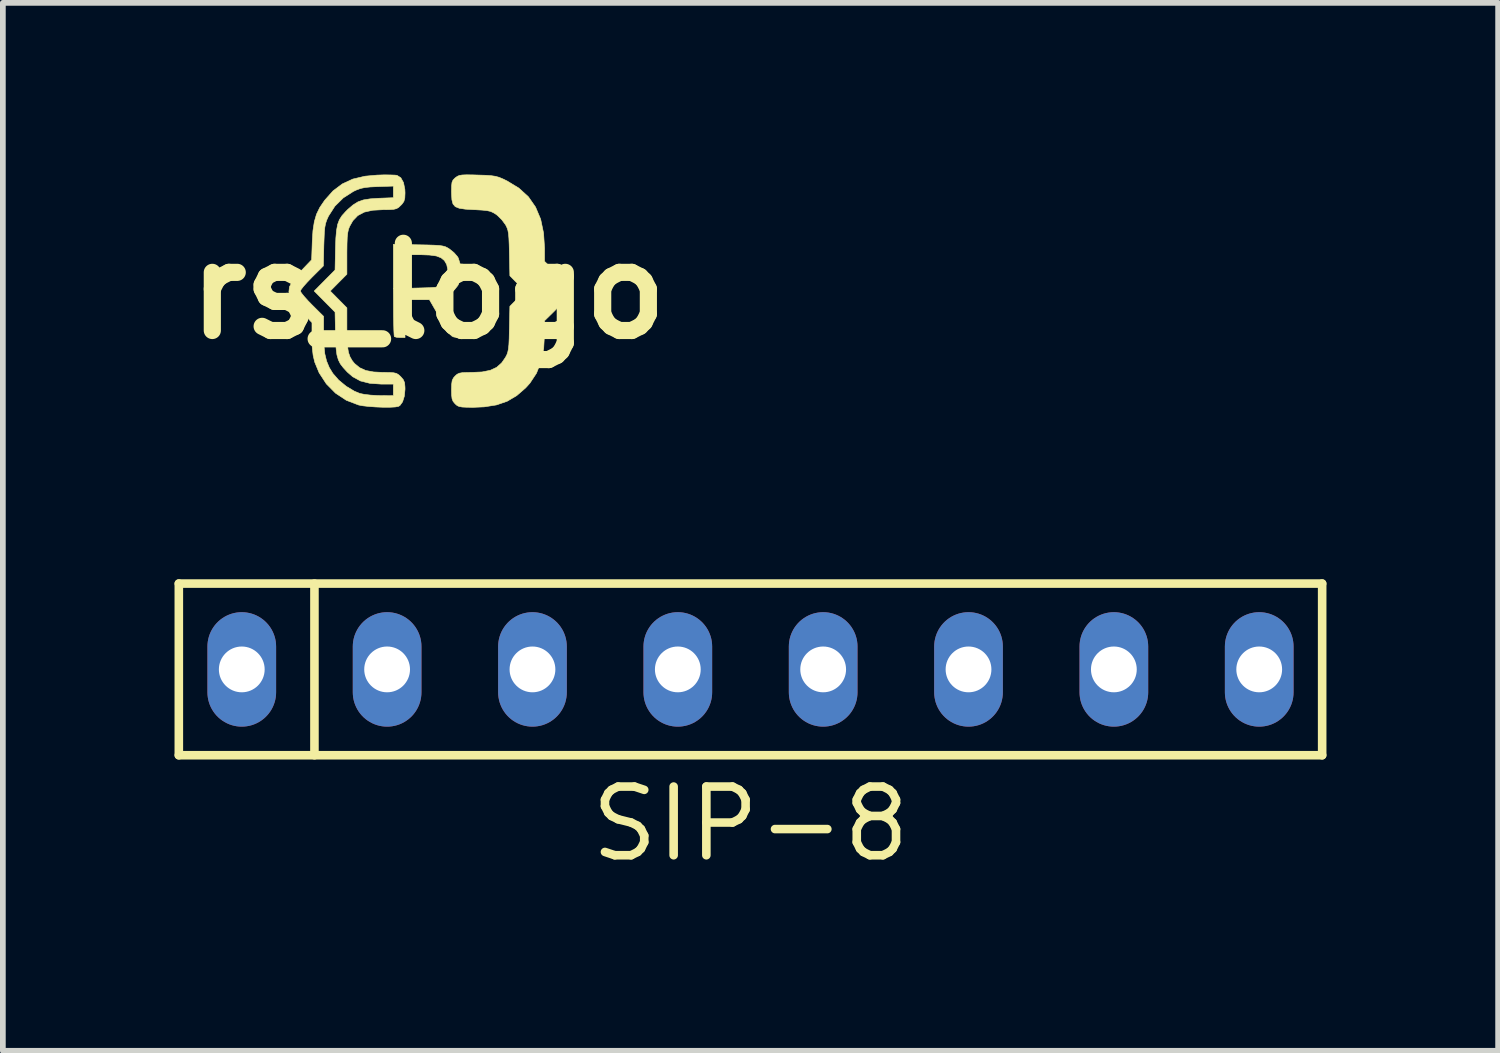
<source format=kicad_pcb>
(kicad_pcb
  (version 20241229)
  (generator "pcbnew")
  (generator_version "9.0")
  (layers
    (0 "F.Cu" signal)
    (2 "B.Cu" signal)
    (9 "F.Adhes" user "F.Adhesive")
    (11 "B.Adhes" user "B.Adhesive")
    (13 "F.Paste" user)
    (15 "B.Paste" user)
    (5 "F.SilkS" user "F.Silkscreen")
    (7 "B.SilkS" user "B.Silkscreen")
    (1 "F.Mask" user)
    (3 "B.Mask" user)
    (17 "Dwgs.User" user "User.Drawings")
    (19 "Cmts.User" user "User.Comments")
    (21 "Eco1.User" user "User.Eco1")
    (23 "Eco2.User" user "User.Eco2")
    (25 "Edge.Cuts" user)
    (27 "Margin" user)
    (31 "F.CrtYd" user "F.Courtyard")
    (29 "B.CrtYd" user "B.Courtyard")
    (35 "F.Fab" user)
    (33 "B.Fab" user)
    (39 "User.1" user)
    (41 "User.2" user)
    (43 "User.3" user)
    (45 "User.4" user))
  (footprint "rs_logo"
    (layer "F.Cu")
    (at 4.434 2.036)
    (property "Reference" "rs_logo" (at 0 0 0) (layer "F.SilkS") (effects (font (size 1.524 1.524) (thickness 0.3))))
    (attr through_hole)
    (fp_poly (pts (xy -0.169 -0.808) (xy -0.01 -0.805) (xy 0.108 -0.801) (xy 0.192 -0.796) (xy 0.252 -0.787) (xy 0.297 -0.775) (xy 0.334 -0.757) (xy 0.374 -0.732) (xy 0.376 -0.73) (xy 0.449 -0.671) (xy 0.509 -0.603) (xy 0.524 -0.578) (xy 0.557 -0.475) (xy 0.569 -0.35) (xy 0.559 -0.224) (xy 0.527 -0.118) (xy 0.518 -0.099) (xy 0.458 -0.023) (xy 0.375 0.049) (xy 0.292 0.1) (xy 0.273 0.108) (xy 0.273 0.133) (xy 0.298 0.197) (xy 0.346 0.294) (xy 0.415 0.421) (xy 0.428 0.443) (xy 0.504 0.582) (xy 0.558 0.688) (xy 0.587 0.76) (xy 0.59 0.792) (xy 0.589 0.792) (xy 0.549 0.807) (xy 0.485 0.809) (xy 0.479 0.808) (xy 0.445 0.803) (xy 0.414 0.788) (xy 0.383 0.759) (xy 0.345 0.707) (xy 0.294 0.626) (xy 0.226 0.509) (xy 0.207 0.476) (xy 0.021 0.152) (xy -0.406 0.152) (xy -0.406 0.813) (xy -0.491 0.813) (xy -0.554 0.808) (xy -0.592 0.797) (xy -0.593 0.796) (xy -0.597 0.767) (xy -0.601 0.694) (xy -0.604 0.582) (xy -0.607 0.439) (xy -0.608 0.269) (xy -0.609 0.08) (xy -0.61 -0.019) (xy -0.61 -0.635) (xy -0.406 -0.635) (xy -0.406 -0.047) (xy -0.102 -0.055) (xy 0.028 -0.059) (xy 0.117 -0.065) (xy 0.177 -0.074) (xy 0.217 -0.088) (xy 0.248 -0.111) (xy 0.267 -0.128) (xy 0.329 -0.224) (xy 0.348 -0.339) (xy 0.323 -0.46) (xy 0.321 -0.466) (xy 0.282 -0.533) (xy 0.224 -0.581) (xy 0.141 -0.613) (xy 0.025 -0.629) (xy -0.134 -0.635) (xy -0.152 -0.635) (xy -0.406 -0.635) (xy -0.61 -0.635) (xy -0.61 -0.816) (xy -0.169 -0.808)) (stroke (width 0.01) (type solid)) (fill yes) (layer "F.SilkS"))
    (fp_poly (pts (xy 0.771 -2.03) (xy 0.867 -2.027) (xy 1.002 -2.023) (xy 1.099 -2.016) (xy 1.174 -2.005) (xy 1.238 -1.987) (xy 1.305 -1.959) (xy 1.377 -1.924) (xy 1.583 -1.799) (xy 1.749 -1.648) (xy 1.875 -1.467) (xy 1.964 -1.256) (xy 2.015 -1.012) (xy 2.032 -0.749) (xy 2.032 -0.519) (xy 2.186 -0.368) (xy 2.29 -0.259) (xy 2.359 -0.172) (xy 2.398 -0.095) (xy 2.412 -0.021) (xy 2.413 -0.000001) (xy 2.404 0.076) (xy 2.372 0.151) (xy 2.312 0.235) (xy 2.217 0.337) (xy 2.186 0.368) (xy 2.032 0.519) (xy 2.032 0.737) (xy 2.017 1.005) (xy 1.97 1.236) (xy 1.891 1.436) (xy 1.776 1.61) (xy 1.702 1.692) (xy 1.545 1.828) (xy 1.379 1.926) (xy 1.193 1.99) (xy 0.979 2.024) (xy 0.793 2.032) (xy 0.673 2.031) (xy 0.593 2.027) (xy 0.541 2.018) (xy 0.504 2.001) (xy 0.473 1.974) (xy 0.469 1.97) (xy 0.435 1.93) (xy 0.416 1.884) (xy 0.408 1.816) (xy 0.406 1.727) (xy 0.409 1.628) (xy 0.418 1.564) (xy 0.439 1.52) (xy 0.469 1.485) (xy 0.503 1.455) (xy 0.542 1.436) (xy 0.598 1.426) (xy 0.683 1.423) (xy 0.757 1.422) (xy 0.94 1.414) (xy 1.084 1.385) (xy 1.196 1.333) (xy 1.284 1.254) (xy 1.349 1.16) (xy 1.373 1.115) (xy 1.389 1.069) (xy 1.401 1.013) (xy 1.409 0.936) (xy 1.414 0.829) (xy 1.417 0.682) (xy 1.418 0.66) (xy 1.426 0.267) (xy 1.687 0) (xy 1.426 -0.267) (xy 1.418 -0.66) (xy 1.414 -0.813) (xy 1.409 -0.924) (xy 1.402 -1.004) (xy 1.391 -1.063) (xy 1.375 -1.109) (xy 1.353 -1.154) (xy 1.348 -1.162) (xy 1.286 -1.245) (xy 1.208 -1.322) (xy 1.185 -1.34) (xy 1.136 -1.37) (xy 1.088 -1.392) (xy 1.029 -1.405) (xy 0.945 -1.414) (xy 0.826 -1.421) (xy 0.794 -1.422) (xy 0.646 -1.431) (xy 0.541 -1.447) (xy 0.472 -1.475) (xy 0.432 -1.522) (xy 0.413 -1.594) (xy 0.407 -1.697) (xy 0.406 -1.741) (xy 0.408 -1.839) (xy 0.415 -1.9) (xy 0.433 -1.94) (xy 0.464 -1.972) (xy 0.476 -1.982) (xy 0.509 -2.005) (xy 0.544 -2.02) (xy 0.593 -2.028) (xy 0.665 -2.031) (xy 0.771 -2.03)) (stroke (width 0.01) (type solid)) (fill yes) (layer "F.SilkS"))
    (fp_poly (pts (xy -0.665 -2.029) (xy -0.584 -2.026) (xy -0.547 -2.022) (xy -0.48 -1.98) (xy -0.433 -1.896) (xy -0.409 -1.777) (xy -0.406 -1.714) (xy -0.41 -1.625) (xy -0.426 -1.566) (xy -0.461 -1.517) (xy -0.481 -1.497) (xy -0.519 -1.461) (xy -0.556 -1.44) (xy -0.604 -1.428) (xy -0.678 -1.423) (xy -0.786 -1.422) (xy -0.972 -1.412) (xy -1.119 -1.379) (xy -1.232 -1.319) (xy -1.318 -1.229) (xy -1.374 -1.13) (xy -1.394 -1.08) (xy -1.407 -1.019) (xy -1.416 -0.939) (xy -1.42 -0.829) (xy -1.422 -0.679) (xy -1.422 -0.661) (xy -1.422 -0.294) (xy -1.568 -0.147) (xy -1.713 -0.000001) (xy -1.422 0.294) (xy -1.422 0.656) (xy -1.42 0.832) (xy -1.411 0.967) (xy -1.395 1.071) (xy -1.367 1.151) (xy -1.328 1.218) (xy -1.288 1.267) (xy -1.201 1.339) (xy -1.094 1.388) (xy -0.956 1.414) (xy -0.792 1.422) (xy -0.68 1.423) (xy -0.606 1.428) (xy -0.557 1.439) (xy -0.52 1.461) (xy -0.483 1.495) (xy -0.481 1.497) (xy -0.437 1.548) (xy -0.414 1.601) (xy -0.407 1.676) (xy -0.406 1.714) (xy -0.418 1.837) (xy -0.449 1.936) (xy -0.496 2.001) (xy -0.522 2.016) (xy -0.578 2.026) (xy -0.672 2.031) (xy -0.789 2.031) (xy -0.916 2.026) (xy -1.04 2.017) (xy -1.147 2.005) (xy -1.219 1.991) (xy -1.432 1.909) (xy -1.621 1.784) (xy -1.781 1.622) (xy -1.907 1.429) (xy -1.984 1.242) (xy -2.012 1.123) (xy -2.028 0.982) (xy -2.032 0.82) (xy -2.032 0.552) (xy -2.22 0.355) (xy -2.334 0.227) (xy -2.406 0.118) (xy -2.436 0.021) (xy -2.434 0) (xy -2.235 0) (xy -2.218 0.033) (xy -2.171 0.092) (xy -2.103 0.168) (xy -2.032 0.241) (xy -1.829 0.443) (xy -1.829 0.75) (xy -1.824 0.943) (xy -1.808 1.097) (xy -1.777 1.224) (xy -1.73 1.337) (xy -1.668 1.439) (xy -1.566 1.556) (xy -1.435 1.664) (xy -1.292 1.75) (xy -1.195 1.79) (xy -1.116 1.806) (xy -1.006 1.819) (xy -0.884 1.826) (xy -0.845 1.827) (xy -0.61 1.829) (xy -0.61 1.626) (xy -0.825 1.626) (xy -1.023 1.612) (xy -1.185 1.571) (xy -1.321 1.497) (xy -1.414 1.416) (xy -1.485 1.339) (xy -1.537 1.271) (xy -1.572 1.2) (xy -1.596 1.116) (xy -1.61 1.01) (xy -1.617 0.87) (xy -1.621 0.749) (xy -1.629 0.368) (xy -1.811 0.184) (xy -1.993 0) (xy -1.811 -0.184) (xy -1.629 -0.368) (xy -1.621 -0.749) (xy -1.615 -0.925) (xy -1.603 -1.059) (xy -1.584 -1.163) (xy -1.553 -1.246) (xy -1.507 -1.318) (xy -1.443 -1.389) (xy -1.406 -1.426) (xy -1.315 -1.504) (xy -1.229 -1.558) (xy -1.134 -1.592) (xy -1.016 -1.611) (xy -0.87 -1.621) (xy -0.61 -1.631) (xy -0.61 -1.834) (xy -0.883 -1.825) (xy -1.013 -1.819) (xy -1.107 -1.809) (xy -1.182 -1.793) (xy -1.253 -1.767) (xy -1.307 -1.742) (xy -1.484 -1.629) (xy -1.632 -1.483) (xy -1.742 -1.312) (xy -1.748 -1.3) (xy -1.776 -1.237) (xy -1.795 -1.178) (xy -1.808 -1.111) (xy -1.816 -1.025) (xy -1.821 -0.908) (xy -1.825 -0.797) (xy -1.833 -0.439) (xy -2.034 -0.239) (xy -2.115 -0.155) (xy -2.181 -0.081) (xy -2.223 -0.026) (xy -2.235 0) (xy -2.434 0) (xy -2.425 -0.074) (xy -2.372 -0.176) (xy -2.277 -0.294) (xy -2.223 -0.352) (xy -2.038 -0.546) (xy -2.027 -0.864) (xy -2.015 -1.056) (xy -1.991 -1.212) (xy -1.953 -1.342) (xy -1.895 -1.461) (xy -1.814 -1.58) (xy -1.809 -1.587) (xy -1.664 -1.75) (xy -1.502 -1.872) (xy -1.318 -1.957) (xy -1.104 -2.007) (xy -0.895 -2.026) (xy -0.774 -2.03) (xy -0.665 -2.029)) (stroke (width 0.01) (type solid)) (fill yes) (layer "F.SilkS")))
  (footprint "SIP-8"
    (layer "F.Cu")
    (at 10.065 8.648)
    (property "Reference" "SIP-8" (at 0 2.7 0) (layer "F.SilkS") (effects (font (size 1.2 1.2) (thickness 0.15))))
    (attr through_hole)
    (fp_line (start -9.99 -1.5) (end 9.99 -1.5) (stroke (width 0.15) (type solid)) (layer "F.SilkS"))
    (fp_line (start -9.99 1.5) (end -9.99 -1.5) (stroke (width 0.15) (type solid)) (layer "F.SilkS"))
    (fp_line (start -7.62 -1.5) (end -7.62 1.5) (stroke (width 0.15) (type solid)) (layer "F.SilkS"))
    (fp_line (start 9.99 -1.5) (end 9.99 1.5) (stroke (width 0.15) (type solid)) (layer "F.SilkS"))
    (fp_line (start 9.99 1.5) (end -9.99 1.5) (stroke (width 0.15) (type solid)) (layer "F.SilkS"))
    (pad "1" thru_hole oval (at -8.89 0) (size 1.2 2) (drill 0.8) (layers "*.Cu" "*.Mask"))
    (pad "2" thru_hole oval (at -6.35 0) (size 1.2 2) (drill 0.8) (layers "*.Cu" "*.Mask"))
    (pad "3" thru_hole oval (at -3.81 0) (size 1.2 2) (drill 0.8) (layers "*.Cu" "*.Mask"))
    (pad "4" thru_hole oval (at -1.27 0) (size 1.2 2) (drill 0.8) (layers "*.Cu" "*.Mask"))
    (pad "5" thru_hole oval (at 1.27 0) (size 1.2 2) (drill 0.8) (layers "*.Cu" "*.Mask"))
    (pad "6" thru_hole oval (at 3.81 0) (size 1.2 2) (drill 0.8) (layers "*.Cu" "*.Mask"))
    (pad "7" thru_hole oval (at 6.35 0) (size 1.2 2) (drill 0.8) (layers "*.Cu" "*.Mask"))
    (pad "8" thru_hole oval (at 8.89 0) (size 1.2 2) (drill 0.8) (layers "*.Cu" "*.Mask")))
  (gr_rect
    (start -3 -3)
    (end 23.13 15.313)
    (stroke (width 0.1) (type default))
    (fill no)
    (layer "Edge.Cuts")))
</source>
